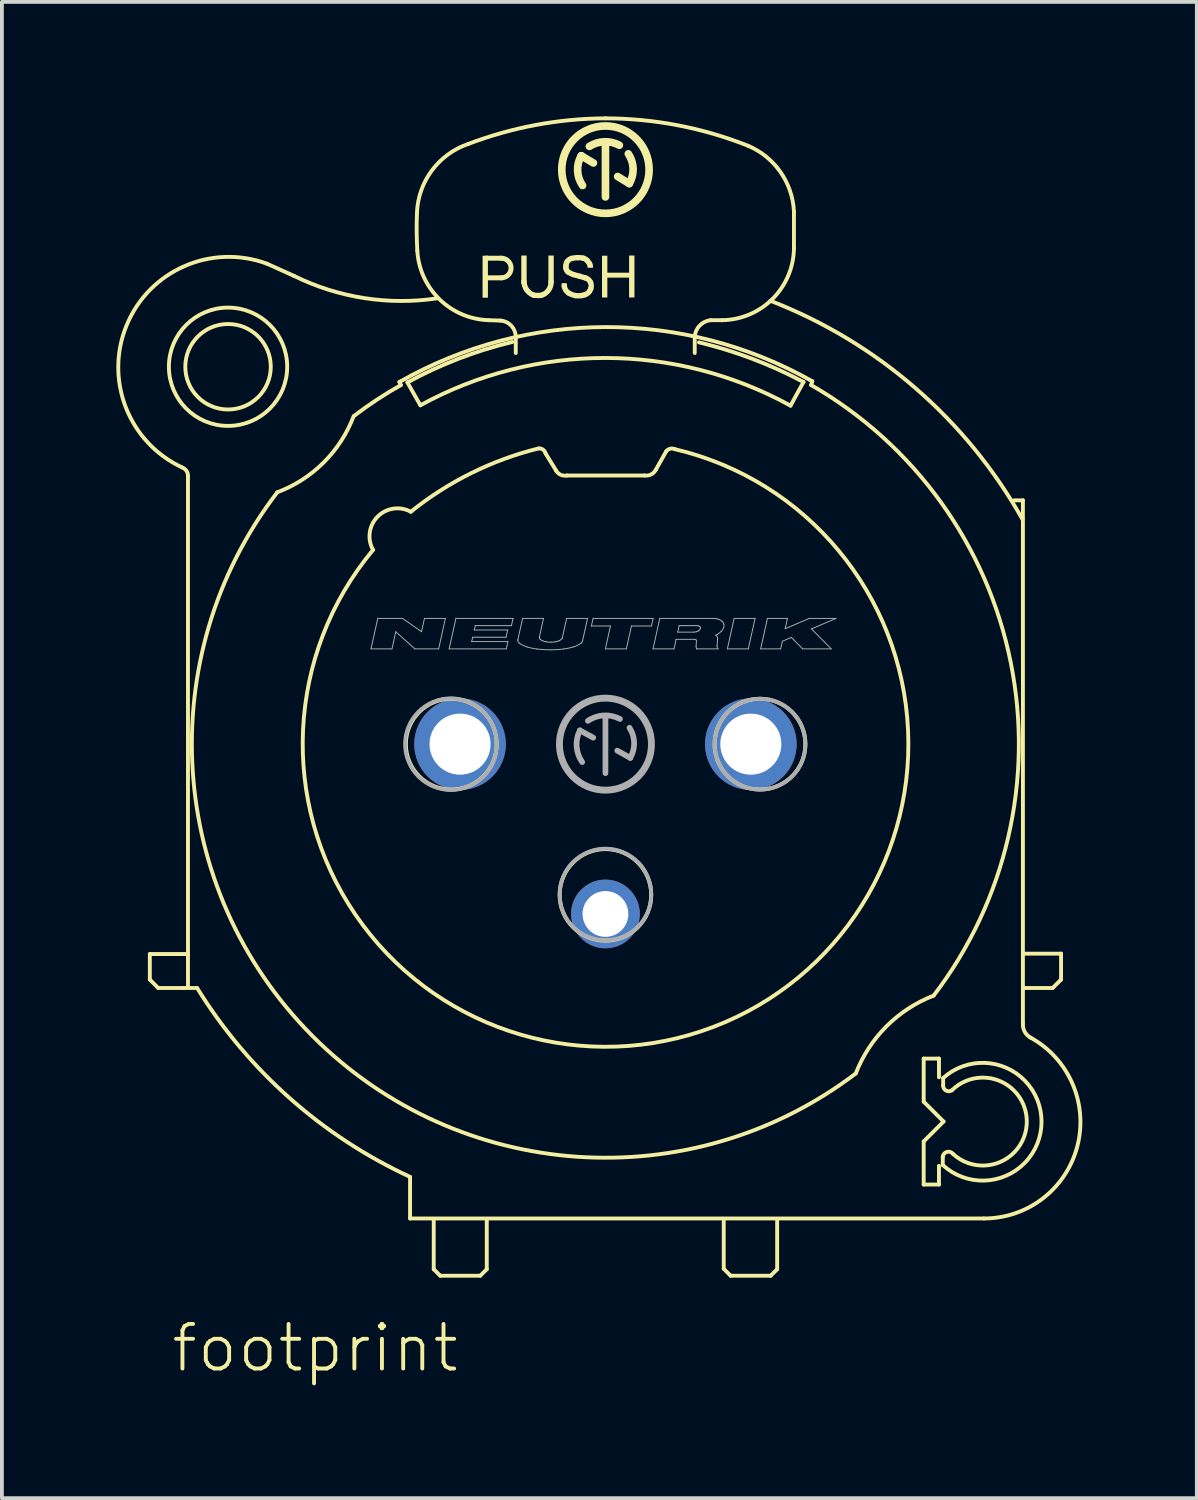
<source format=kicad_pcb>
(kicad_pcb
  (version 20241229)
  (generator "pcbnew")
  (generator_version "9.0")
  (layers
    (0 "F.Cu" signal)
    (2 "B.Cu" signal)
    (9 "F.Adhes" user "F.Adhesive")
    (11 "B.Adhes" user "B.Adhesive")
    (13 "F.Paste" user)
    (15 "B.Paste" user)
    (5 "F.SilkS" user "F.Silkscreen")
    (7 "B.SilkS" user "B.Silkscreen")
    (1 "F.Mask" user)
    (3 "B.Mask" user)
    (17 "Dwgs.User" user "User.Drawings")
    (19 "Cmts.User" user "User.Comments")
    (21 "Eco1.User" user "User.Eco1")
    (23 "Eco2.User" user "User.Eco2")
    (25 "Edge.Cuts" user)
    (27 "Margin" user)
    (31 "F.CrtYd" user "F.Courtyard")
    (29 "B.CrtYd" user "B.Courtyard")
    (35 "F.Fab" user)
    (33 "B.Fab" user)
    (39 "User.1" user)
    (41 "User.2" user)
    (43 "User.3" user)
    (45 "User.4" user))
  (footprint "footprint"
    (layer "F.Cu")
    (at 12.816 16.451)
    (property "Reference" "footprint" (at -11.43 16.51 0) (layer "F.SilkS") (effects (font (size 1.168 1.168) (thickness 0.102)) (justify left bottom)))
    (fp_line (start -11.94 5.5) (end -10.94 5.5) (stroke (width 0.102) (type solid)) (layer "F.SilkS"))
    (fp_line (start -11.94 6.17) (end -11.94 5.5) (stroke (width 0.102) (type solid)) (layer "F.SilkS"))
    (fp_line (start -11.72 6.39) (end -11.94 6.17) (stroke (width 0.102) (type solid)) (layer "F.SilkS"))
    (fp_line (start -11.05 6.39) (end -11.72 6.39) (stroke (width 0.102) (type solid)) (layer "F.SilkS"))
    (fp_line (start -11.05 6.39) (end -10.7 6.39) (stroke (width 0.102) (type solid)) (layer "F.SilkS"))
    (fp_line (start -11.04 6.39) (end -11.05 6.39) (stroke (width 0.102) (type solid)) (layer "F.SilkS"))
    (fp_line (start -10.94 5.5) (end -10.94 -7.03) (stroke (width 0.102) (type solid)) (layer "F.SilkS"))
    (fp_line (start -10.94 6.35) (end -10.94 5.52) (stroke (width 0.102) (type solid)) (layer "F.SilkS"))
    (fp_line (start -5.4 -9.49) (end -5.36 -9.41) (stroke (width 0.102) (type solid)) (layer "F.SilkS"))
    (fp_line (start -5.19 -9.48) (end -4.85 -8.88) (stroke (width 0.102) (type solid)) (layer "F.SilkS"))
    (fp_line (start -5.12 11.34) (end -5.12 12.43) (stroke (width 0.102) (type solid)) (layer "F.SilkS"))
    (fp_line (start -5.12 12.43) (end 9.92 12.43) (stroke (width 0.102) (type solid)) (layer "F.SilkS"))
    (fp_line (start -4.5 12.49) (end -4.5 13.76) (stroke (width 0.102) (type solid)) (layer "F.SilkS"))
    (fp_line (start -4.5 13.76) (end -4.33 13.93) (stroke (width 0.102) (type solid)) (layer "F.SilkS"))
    (fp_line (start -4.33 13.93) (end -3.28 13.93) (stroke (width 0.102) (type solid)) (layer "F.SilkS"))
    (fp_line (start -3.28 13.93) (end -3.11 13.76) (stroke (width 0.102) (type solid)) (layer "F.SilkS"))
    (fp_line (start -3.13 -12.735) (end -2.73 -12.735) (stroke (width 0.13) (type solid)) (layer "F.SilkS"))
    (fp_line (start -3.11 13.76) (end -3.11 12.47) (stroke (width 0.102) (type solid)) (layer "F.SilkS"))
    (fp_line (start -2.75 -11.1) (end -3.06 -11.11) (stroke (width 0.102) (type solid)) (layer "F.SilkS"))
    (fp_line (start -2.72 -12.22) (end -3.11 -12.22) (stroke (width 0.13) (type solid)) (layer "F.SilkS"))
    (fp_line (start -2.35 -10.25) (end -2.35 -10.67) (stroke (width 0.102) (type solid)) (layer "F.SilkS"))
    (fp_line (start -1.3 -7.18) (end -1.57 -7.62) (stroke (width 0.102) (type solid)) (layer "F.SilkS"))
    (fp_line (start -1.08 -12.01) (end -1.075 -11.985) (stroke (width 0.14) (type solid)) (layer "F.SilkS"))
    (fp_line (start -0.315 -15.23) (end -0.635 -15.42) (stroke (width 0.2) (type solid)) (layer "F.SilkS"))
    (fp_line (start 0 -14.34) (end 0 -15.73) (stroke (width 0.2) (type solid)) (layer "F.SilkS"))
    (fp_line (start 0.32 -14.875) (end 0.625 -14.69) (stroke (width 0.2) (type solid)) (layer "F.SilkS"))
    (fp_line (start 1.03 -7.04) (end -1.01 -7.04) (stroke (width 0.102) (type solid)) (layer "F.SilkS"))
    (fp_line (start 1.59 -7.67) (end 1.32 -7.19) (stroke (width 0.102) (type solid)) (layer "F.SilkS"))
    (fp_line (start 3.1 12.49) (end 3.1 13.75) (stroke (width 0.102) (type solid)) (layer "F.SilkS"))
    (fp_line (start 3.1 13.75) (end 3.28 13.93) (stroke (width 0.102) (type solid)) (layer "F.SilkS"))
    (fp_line (start 3.28 13.93) (end 4.33 13.93) (stroke (width 0.102) (type solid)) (layer "F.SilkS"))
    (fp_line (start 4.33 13.93) (end 4.5 13.76) (stroke (width 0.102) (type solid)) (layer "F.SilkS"))
    (fp_line (start 4.5 13.76) (end 4.5 12.48) (stroke (width 0.102) (type solid)) (layer "F.SilkS"))
    (fp_line (start 4.85 -8.87) (end 5.19 -9.49) (stroke (width 0.102) (type solid)) (layer "F.SilkS"))
    (fp_line (start 4.94 -13.96) (end 4.94 -13) (stroke (width 0.102) (type solid)) (layer "F.SilkS"))
    (fp_line (start 5.39 -9.41) (end 5.42 -9.51) (stroke (width 0.102) (type solid)) (layer "F.SilkS"))
    (fp_line (start 8.34 8.24) (end 8.34 9.37) (stroke (width 0.102) (type solid)) (layer "F.SilkS"))
    (fp_line (start 8.34 8.24) (end 8.74 8.24) (stroke (width 0.102) (type solid)) (layer "F.SilkS"))
    (fp_line (start 8.34 9.37) (end 8.86 9.89) (stroke (width 0.102) (type solid)) (layer "F.SilkS"))
    (fp_line (start 8.34 10.41) (end 8.34 11.54) (stroke (width 0.102) (type solid)) (layer "F.SilkS"))
    (fp_line (start 8.34 11.54) (end 8.74 11.54) (stroke (width 0.102) (type solid)) (layer "F.SilkS"))
    (fp_line (start 8.74 8.24) (end 8.74 8.73) (stroke (width 0.102) (type solid)) (layer "F.SilkS"))
    (fp_line (start 8.74 11.54) (end 8.74 11.05) (stroke (width 0.102) (type solid)) (layer "F.SilkS"))
    (fp_line (start 8.84 11.03) (end 8.84 10.82) (stroke (width 0.102) (type solid)) (layer "F.SilkS"))
    (fp_line (start 8.85 8.75) (end 8.85 8.95) (stroke (width 0.102) (type solid)) (layer "F.SilkS"))
    (fp_line (start 8.86 9.89) (end 8.34 10.41) (stroke (width 0.102) (type solid)) (layer "F.SilkS"))
    (fp_line (start 10.94 -6.39) (end 10.71 -6.39) (stroke (width 0.102) (type solid)) (layer "F.SilkS"))
    (fp_line (start 10.94 7.33) (end 10.94 -6.39) (stroke (width 0.102) (type solid)) (layer "F.SilkS"))
    (fp_line (start 10.99 6.39) (end 11.72 6.39) (stroke (width 0.102) (type solid)) (layer "F.SilkS"))
    (fp_line (start 11.72 6.39) (end 11.94 6.17) (stroke (width 0.102) (type solid)) (layer "F.SilkS"))
    (fp_line (start 11.94 5.49) (end 10.99 5.49) (stroke (width 0.102) (type solid)) (layer "F.SilkS"))
    (fp_line (start 11.94 6.17) (end 11.94 5.49) (stroke (width 0.102) (type solid)) (layer "F.SilkS"))
    (fp_arc (start -11.090001 -7.25) (mid -10.981063 -7.163139) (end -10.94 -7.03) (stroke (width 0.1016) (type solid)) (layer "F.SilkS"))
    (fp_arc (start -11.09 -7.25) (mid -12.543512 -10.985729) (end -8.87 -12.59) (stroke (width 0.1016) (type solid)) (layer "F.SilkS"))
    (fp_arc (start -8.87 -12.59) (mid -8.514255 -12.431652) (end -8.16 -12.27) (stroke (width 0.1016) (type solid)) (layer "F.SilkS"))
    (fp_arc (start -6.6 -8.589999) (mid -7.385892 -7.379815) (end -8.6 -6.6) (stroke (width 0.1016) (type solid)) (layer "F.SilkS"))
    (fp_arc (start -6.59 -8.6) (mid -5.989419 -9.026896) (end -5.36 -9.41) (stroke (width 0.1016) (type solid)) (layer "F.SilkS"))
    (fp_arc (start -6.09 -5.09) (mid -5.970889 -5.96213) (end -5.1 -6.09) (stroke (width 0.1016) (type solid)) (layer "F.SilkS"))
    (fp_arc (start -5.4 -9.49) (mid 0.007357 -10.929608) (end 5.42 -9.51) (stroke (width 0.1016) (type solid)) (layer "F.SilkS"))
    (fp_arc (start -5.19 -9.48) (mid -3.849731 -10.100103) (end -2.44 -10.54) (stroke (width 0.1016) (type solid)) (layer "F.SilkS"))
    (fp_arc (start -5.12 11.34) (mid -8.274823 9.276255) (end -10.7 6.39) (stroke (width 0.1016) (type solid)) (layer "F.SilkS"))
    (fp_arc (start -5.1 -6.09) (mid -3.515654 -7.102947) (end -1.75 -7.75) (stroke (width 0.1016) (type solid)) (layer "F.SilkS"))
    (fp_arc (start -4.94 -13.91) (mid -4.550179 -15.031535) (end -3.589998 -15.73) (stroke (width 0.1016) (type solid)) (layer "F.SilkS"))
    (fp_arc (start -4.93 -12.93) (mid -4.946992 -13.419878) (end -4.94 -13.91) (stroke (width 0.1016) (type solid)) (layer "F.SilkS"))
    (fp_arc (start -4.85 -8.88) (mid 0.001284 -10.119998) (end 4.850001 -8.87) (stroke (width 0.1016) (type solid)) (layer "F.SilkS"))
    (fp_arc (start -4.399501 -11.6841) (mid -6.324541 -11.689572) (end -8.16 -12.27) (stroke (width 0.1016) (type solid)) (layer "F.SilkS"))
    (fp_arc (start -3.59 -15.73) (mid -1.825069 -16.226116) (end 0 -16.4) (stroke (width 0.1016) (type solid)) (layer "F.SilkS"))
    (fp_arc (start -3.06 -11.11) (mid -4.347852 -11.657453) (end -4.929999 -12.929999) (stroke (width 0.1016) (type solid)) (layer "F.SilkS"))
    (fp_arc (start -2.75 -11.1) (mid -2.465454 -10.963647) (end -2.35 -10.67) (stroke (width 0.1016) (type solid)) (layer "F.SilkS"))
    (fp_arc (start -2.73 -12.735) (mid -2.47245 -12.482404) (end -2.719998 -12.219998) (stroke (width 0.13) (type solid)) (layer "F.SilkS"))
    (fp_arc (start -1.88 -11.765) (mid -2.064528 -11.907658) (end -2.135 -12.13) (stroke (width 0.14) (type solid)) (layer "F.SilkS"))
    (fp_arc (start -1.74 -7.75) (mid -1.63239 -7.714566) (end -1.57 -7.62) (stroke (width 0.1016) (type solid)) (layer "F.SilkS"))
    (fp_arc (start -1.69 -11.76) (mid -1.785118 -11.758012) (end -1.88 -11.765) (stroke (width 0.14) (type solid)) (layer "F.SilkS"))
    (fp_arc (start -1.425 -12.13) (mid -1.491164 -11.897489) (end -1.69 -11.76) (stroke (width 0.14) (type solid)) (layer "F.SilkS"))
    (fp_arc (start -1.035 -12.545) (mid -1.023241 -12.602997) (end -0.994999 -12.655) (stroke (width 0.14) (type solid)) (layer "F.SilkS"))
    (fp_arc (start -1.035 -12.475) (mid -1.035897 -12.51) (end -1.035 -12.545) (stroke (width 0.14) (type solid)) (layer "F.SilkS"))
    (fp_arc (start -1.01 -7.04) (mid -1.178221 -7.061899) (end -1.299999 -7.18) (stroke (width 0.1016) (type solid)) (layer "F.SilkS"))
    (fp_arc (start -0.995 -12.655) (mid -0.944061 -12.70256) (end -0.88 -12.73) (stroke (width 0.14) (type solid)) (layer "F.SilkS"))
    (fp_arc (start -0.98 -12.375) (mid -1.018984 -12.418684) (end -1.035 -12.475001) (stroke (width 0.14) (type solid)) (layer "F.SilkS"))
    (fp_arc (start -0.945 -11.809999) (mid -1.02964 -11.88291) (end -1.075 -11.985) (stroke (width 0.14) (type solid)) (layer "F.SilkS"))
    (fp_arc (start -0.88 -12.73) (mid -0.805495 -12.743715) (end -0.73 -12.75) (stroke (width 0.14) (type solid)) (layer "F.SilkS"))
    (fp_arc (start -0.835 -12.305) (mid -0.91042 -12.333952) (end -0.98 -12.375) (stroke (width 0.14) (type solid)) (layer "F.SilkS"))
    (fp_arc (start -0.785 -11.755) (mid -0.867193 -11.776119) (end -0.945 -11.81) (stroke (width 0.14) (type solid)) (layer "F.SilkS"))
    (fp_arc (start -0.73 -12.75) (mid -0.654498 -12.747516) (end -0.58 -12.735) (stroke (width 0.14) (type solid)) (layer "F.SilkS"))
    (fp_arc (start -0.67 -12.26) (mid -0.752692 -12.281798) (end -0.835 -12.305) (stroke (width 0.14) (type solid)) (layer "F.SilkS"))
    (fp_arc (start -0.67 -12.26) (mid -0.592125 -12.238792) (end -0.515 -12.215) (stroke (width 0.14) (type solid)) (layer "F.SilkS"))
    (fp_arc (start -0.635 -11.755) (mid -0.71 -11.748536) (end -0.785 -11.755) (stroke (width 0.14) (type solid)) (layer "F.SilkS"))
    (fp_arc (start -0.600001 -14.640001) (mid -0.729534 -15.024974) (end -0.635 -15.42) (stroke (width 0.2) (type solid)) (layer "F.SilkS"))
    (fp_arc (start -0.58 -12.735) (mid -0.52536 -12.712732) (end -0.479999 -12.675) (stroke (width 0.14) (type solid)) (layer "F.SilkS"))
    (fp_arc (start -0.545 -11.775) (mid -0.589766 -11.763948) (end -0.635 -11.755) (stroke (width 0.14) (type solid)) (layer "F.SilkS"))
    (fp_arc (start -0.515 -12.214999) (mid -0.440012 -12.171073) (end -0.39 -12.1) (stroke (width 0.14) (type solid)) (layer "F.SilkS"))
    (fp_arc (start -0.48 -12.675) (mid -0.448393 -12.636205) (end -0.42 -12.595) (stroke (width 0.14) (type solid)) (layer "F.SilkS"))
    (fp_arc (start -0.42 -15.665) (mid -0.03156 -15.786243) (end 0.365 -15.695) (stroke (width 0.2) (type solid)) (layer "F.SilkS"))
    (fp_arc (start -0.42 -12.595) (mid -0.409613 -12.577721) (end -0.4 -12.56) (stroke (width 0.14) (type solid)) (layer "F.SilkS"))
    (fp_arc (start -0.42 -11.864999) (mid -0.474351 -11.808681) (end -0.545 -11.775) (stroke (width 0.14) (type solid)) (layer "F.SilkS"))
    (fp_arc (start -0.39 -12.1) (mid -0.372108 -12.017966) (end -0.385 -11.935) (stroke (width 0.14) (type solid)) (layer "F.SilkS"))
    (fp_arc (start -0.385 -11.935) (mid -0.40031 -11.898905) (end -0.42 -11.865) (stroke (width 0.14) (type solid)) (layer "F.SilkS"))
    (fp_arc (start 0 -16.4) (mid 1.903895 -16.216065) (end 3.74 -15.68) (stroke (width 0.1016) (type solid)) (layer "F.SilkS"))
    (fp_arc (start 0.6 -15.469999) (mid 0.725239 -15.083613) (end 0.625 -14.69) (stroke (width 0.2) (type solid)) (layer "F.SilkS"))
    (fp_arc (start 1.32 -7.19) (mid 1.198655 -7.069267) (end 1.03 -7.04) (stroke (width 0.1016) (type solid)) (layer "F.SilkS"))
    (fp_arc (start 1.59 -7.67) (mid 1.694294 -7.741041) (end 1.82 -7.73) (stroke (width 0.1016) (type solid)) (layer "F.SilkS"))
    (fp_arc (start 1.820001 -7.729999) (mid 2.514914 7.522132) (end -6.09 -5.09) (stroke (width 0.1016) (type solid)) (layer "F.SilkS"))
    (fp_arc (start 2.339999 -10.680001) (mid 2.468258 -10.968173) (end 2.75 -11.11) (stroke (width 0.1016) (type solid)) (layer "F.SilkS"))
    (fp_arc (start 2.34 -10.68) (mid 2.341373 -10.465) (end 2.34 -10.25) (stroke (width 0.1016) (type solid)) (layer "F.SilkS"))
    (fp_arc (start 2.45 -10.53) (mid 3.852843 -10.096528) (end 5.19 -9.49) (stroke (width 0.1016) (type solid)) (layer "F.SilkS"))
    (fp_arc (start 2.75 -11.11) (mid 2.9 -11.110782) (end 3.05 -11.11) (stroke (width 0.1016) (type solid)) (layer "F.SilkS"))
    (fp_arc (start 3.74 -15.68) (mid 4.587041 -14.992353) (end 4.94 -13.959999) (stroke (width 0.1016) (type solid)) (layer "F.SilkS"))
    (fp_arc (start 4.3216 -11.6192) (mid 8.124309 -9.329611) (end 10.929999 -5.89) (stroke (width 0.1016) (type solid)) (layer "F.SilkS"))
    (fp_arc (start 4.94 -13) (mid 4.380591 -11.669408) (end 3.049999 -11.109999) (stroke (width 0.1016) (type solid)) (layer "F.SilkS"))
    (fp_arc (start 5.390001 -9.409999) (mid 10.621564 -2.137578) (end 8.6 6.59) (stroke (width 0.1016) (type solid)) (layer "F.SilkS"))
    (fp_arc (start 6.559998 8.630002) (mid -7.680583 7.644968) (end -8.6 -6.6) (stroke (width 0.1016) (type solid)) (layer "F.SilkS"))
    (fp_arc (start 6.56 8.63) (mid 7.3644 7.3944) (end 8.6 6.59) (stroke (width 0.1016) (type solid)) (layer "F.SilkS"))
    (fp_arc (start 8.839998 10.809999) (mid 8.951546 10.684535) (end 9.11 10.74) (stroke (width 0.1016) (type solid)) (layer "F.SilkS"))
    (fp_arc (start 8.85 8.75) (mid 11.428113 9.901329) (end 8.84 11.03) (stroke (width 0.1016) (type solid)) (layer "F.SilkS"))
    (fp_arc (start 9.08 9.07) (mid 8.928601 9.079765) (end 8.85 8.95) (stroke (width 0.1016) (type solid)) (layer "F.SilkS"))
    (fp_arc (start 9.08 9.07) (mid 11.041917 9.870025) (end 9.11 10.74) (stroke (width 0.1016) (type solid)) (layer "F.SilkS"))
    (fp_arc (start 11.14 7.689999) (mid 12.367244 10.532876) (end 9.92 12.43) (stroke (width 0.1016) (type solid)) (layer "F.SilkS"))
    (fp_arc (start 11.14 7.69) (mid 10.988255 7.538747) (end 10.94 7.33) (stroke (width 0.1016) (type solid)) (layer "F.SilkS"))
    (fp_circle (center -9.89 -9.89) (end -8.77 -9.89) (stroke (width 0.102) (type solid)) (fill no) (layer "F.SilkS"))
    (fp_circle (center -9.89 -9.89) (end -8.34 -9.89) (stroke (width 0.102) (type solid)) (fill no) (layer "F.SilkS"))
    (fp_circle (center -4.04 0) (end -2.85 0) (stroke (width 0.102) (type solid)) (fill no) (layer "F.SilkS"))
    (fp_circle (center 0 -15.055) (end 1.145 -15.055) (stroke (width 0.2) (type solid)) (fill no) (layer "F.SilkS"))
    (fp_circle (center 0 3.95) (end 1.2 3.95) (stroke (width 0.102) (type solid)) (fill no) (layer "F.SilkS"))
    (fp_circle (center 4.05 0) (end 5.24 0) (stroke (width 0.102) (type solid)) (fill no) (layer "F.SilkS"))
    (fp_poly (pts (xy -3.22 -11.7) (xy -3.08 -11.7) (xy -3.08 -12.8) (xy -3.22 -12.8)) (stroke (width 0) (type solid)) (fill yes) (layer "F.SilkS"))
    (fp_poly (pts (xy -2.205 -12.06) (xy -2.065 -12.06) (xy -2.065 -12.805) (xy -2.205 -12.805)) (stroke (width 0) (type solid)) (fill yes) (layer "F.SilkS"))
    (fp_poly (pts (xy -1.495 -12.08) (xy -1.355 -12.08) (xy -1.355 -12.805) (xy -1.495 -12.805)) (stroke (width 0) (type solid)) (fill yes) (layer "F.SilkS"))
    (fp_poly (pts (xy -1.15 -12.025) (xy -1.01 -12.025) (xy -1.01 -12.075) (xy -1.15 -12.075)) (stroke (width 0) (type solid)) (fill yes) (layer "F.SilkS"))
    (fp_poly (pts (xy -0.47 -12.485) (xy -0.325 -12.485) (xy -0.325 -12.545) (xy -0.47 -12.545)) (stroke (width 0) (type solid)) (fill yes) (layer "F.SilkS"))
    (fp_poly (pts (xy -0.09 -11.705) (xy 0.05 -11.705) (xy 0.05 -12.8) (xy -0.09 -12.8)) (stroke (width 0) (type solid)) (fill yes) (layer "F.SilkS"))
    (fp_poly (pts (xy 0.035 -12.225) (xy 0.64 -12.225) (xy 0.64 -12.355) (xy 0.035 -12.355)) (stroke (width 0) (type solid)) (fill yes) (layer "F.SilkS"))
    (fp_poly (pts (xy 0.62 -11.705) (xy 0.76 -11.705) (xy 0.76 -12.805) (xy 0.62 -12.805)) (stroke (width 0) (type solid)) (fill yes) (layer "F.SilkS"))
    (fp_line (start -6.144 -2.497) (end -5.966 -3.296) (stroke (width 0.025) (type solid)) (layer "F.Fab"))
    (fp_line (start -6.144 -2.497) (end -5.594 -2.497) (stroke (width 0.025) (type solid)) (layer "F.Fab"))
    (fp_line (start -5.966 -3.296) (end -5.317 -3.296) (stroke (width 0.025) (type solid)) (layer "F.Fab"))
    (fp_line (start -5.594 -2.497) (end -5.495 -2.946) (stroke (width 0.025) (type solid)) (layer "F.Fab"))
    (fp_line (start -5.495 -2.946) (end -4.995 -2.497) (stroke (width 0.025) (type solid)) (layer "F.Fab"))
    (fp_line (start -5.317 -3.296) (end -4.82 -2.946) (stroke (width 0.025) (type solid)) (layer "F.Fab"))
    (fp_line (start -4.995 -2.497) (end -4.371 -2.497) (stroke (width 0.025) (type solid)) (layer "F.Fab"))
    (fp_line (start -4.82 -2.946) (end -4.743 -3.296) (stroke (width 0.025) (type solid)) (layer "F.Fab"))
    (fp_line (start -4.743 -3.296) (end -4.194 -3.296) (stroke (width 0.025) (type solid)) (layer "F.Fab"))
    (fp_line (start -4.371 -2.497) (end -4.194 -3.296) (stroke (width 0.025) (type solid)) (layer "F.Fab"))
    (fp_line (start -4.096 -2.497) (end -3.919 -3.296) (stroke (width 0.025) (type solid)) (layer "F.Fab"))
    (fp_line (start -4.096 -2.497) (end -2.598 -2.497) (stroke (width 0.025) (type solid)) (layer "F.Fab"))
    (fp_line (start -3.919 -3.296) (end -2.421 -3.296) (stroke (width 0.025) (type solid)) (layer "F.Fab"))
    (fp_line (start -3.505 -2.687) (end -3.479 -2.802) (stroke (width 0.025) (type solid)) (layer "F.Fab"))
    (fp_line (start -3.505 -2.687) (end -2.556 -2.687) (stroke (width 0.025) (type solid)) (layer "F.Fab"))
    (fp_line (start -3.479 -2.802) (end -2.605 -2.802) (stroke (width 0.025) (type solid)) (layer "F.Fab"))
    (fp_line (start -3.437 -2.991) (end -3.412 -3.106) (stroke (width 0.025) (type solid)) (layer "F.Fab"))
    (fp_line (start -3.437 -2.991) (end -2.563 -2.991) (stroke (width 0.025) (type solid)) (layer "F.Fab"))
    (fp_line (start -3.412 -3.106) (end -2.463 -3.106) (stroke (width 0.025) (type solid)) (layer "F.Fab"))
    (fp_line (start -2.605 -2.802) (end -2.563 -2.991) (stroke (width 0.025) (type solid)) (layer "F.Fab"))
    (fp_line (start -2.598 -2.497) (end -2.556 -2.687) (stroke (width 0.025) (type solid)) (layer "F.Fab"))
    (fp_line (start -2.463 -3.106) (end -2.421 -3.296) (stroke (width 0.025) (type solid)) (layer "F.Fab"))
    (fp_line (start -2.294 -2.741) (end -2.171 -3.296) (stroke (width 0.025) (type solid)) (layer "F.Fab"))
    (fp_line (start -2.171 -3.296) (end -1.623 -3.296) (stroke (width 0.025) (type solid)) (layer "F.Fab"))
    (fp_line (start -1.731 -2.81) (end -1.623 -3.296) (stroke (width 0.025) (type solid)) (layer "F.Fab"))
    (fp_line (start -1.13 -2.784) (end -1.017 -3.296) (stroke (width 0.025) (type solid)) (layer "F.Fab"))
    (fp_line (start -1.017 -3.296) (end -0.469 -3.296) (stroke (width 0.025) (type solid)) (layer "F.Fab"))
    (fp_line (start -0.67 -0.36) (end -0.32 -0.17) (stroke (width 0.15) (type solid)) (layer "F.Fab"))
    (fp_line (start -0.601 -2.702) (end -0.469 -3.296) (stroke (width 0.025) (type solid)) (layer "F.Fab"))
    (fp_line (start -0.368 -3.096) (end -0.324 -3.296) (stroke (width 0.025) (type solid)) (layer "F.Fab"))
    (fp_line (start -0.368 -3.096) (end 0.131 -3.096) (stroke (width 0.025) (type solid)) (layer "F.Fab"))
    (fp_line (start -0.324 -3.296) (end 1.249 -3.296) (stroke (width 0.025) (type solid)) (layer "F.Fab"))
    (fp_line (start -0.001 -2.497) (end 0.131 -3.096) (stroke (width 0.025) (type solid)) (layer "F.Fab"))
    (fp_line (start -0.001 -2.497) (end 0.548 -2.497) (stroke (width 0.025) (type solid)) (layer "F.Fab"))
    (fp_line (start 0 0.76) (end 0 -0.74) (stroke (width 0.15) (type solid)) (layer "F.Fab"))
    (fp_line (start 0.31 0.17) (end 0.65 0.36) (stroke (width 0.15) (type solid)) (layer "F.Fab"))
    (fp_line (start 0.548 -2.497) (end 0.681 -3.096) (stroke (width 0.025) (type solid)) (layer "F.Fab"))
    (fp_line (start 0.681 -3.096) (end 1.205 -3.096) (stroke (width 0.025) (type solid)) (layer "F.Fab"))
    (fp_line (start 1.205 -3.096) (end 1.249 -3.296) (stroke (width 0.025) (type solid)) (layer "F.Fab"))
    (fp_line (start 1.247 -2.497) (end 1.424 -3.296) (stroke (width 0.025) (type solid)) (layer "F.Fab"))
    (fp_line (start 1.247 -2.497) (end 1.796 -2.497) (stroke (width 0.025) (type solid)) (layer "F.Fab"))
    (fp_line (start 1.424 -3.296) (end 2.826 -3.296) (stroke (width 0.025) (type solid)) (layer "F.Fab"))
    (fp_line (start 1.796 -2.497) (end 1.852 -2.747) (stroke (width 0.025) (type solid)) (layer "F.Fab"))
    (fp_line (start 1.852 -2.747) (end 2.328 -2.747) (stroke (width 0.025) (type solid)) (layer "F.Fab"))
    (fp_line (start 1.894 -2.936) (end 1.931 -3.106) (stroke (width 0.025) (type solid)) (layer "F.Fab"))
    (fp_line (start 1.894 -2.936) (end 2.321 -2.936) (stroke (width 0.025) (type solid)) (layer "F.Fab"))
    (fp_line (start 1.931 -3.106) (end 2.394 -3.106) (stroke (width 0.025) (type solid)) (layer "F.Fab"))
    (fp_line (start 2.375 -2.561) (end 2.385 -2.707) (stroke (width 0.025) (type solid)) (layer "F.Fab"))
    (fp_line (start 2.394 -2.497) (end 2.394 -2.497) (stroke (width 0.025) (type solid)) (layer "F.Fab"))
    (fp_line (start 2.394 -2.497) (end 2.95 -2.497) (stroke (width 0.025) (type solid)) (layer "F.Fab"))
    (fp_line (start 2.926 -2.581) (end 2.939 -2.767) (stroke (width 0.025) (type solid)) (layer "F.Fab"))
    (fp_line (start 3.195 -2.497) (end 3.372 -3.296) (stroke (width 0.025) (type solid)) (layer "F.Fab"))
    (fp_line (start 3.195 -2.497) (end 3.744 -2.497) (stroke (width 0.025) (type solid)) (layer "F.Fab"))
    (fp_line (start 3.372 -3.296) (end 3.921 -3.296) (stroke (width 0.025) (type solid)) (layer "F.Fab"))
    (fp_line (start 3.744 -2.497) (end 3.921 -3.296) (stroke (width 0.025) (type solid)) (layer "F.Fab"))
    (fp_line (start 4.068 -2.497) (end 4.245 -3.296) (stroke (width 0.025) (type solid)) (layer "F.Fab"))
    (fp_line (start 4.068 -2.497) (end 4.593 -2.497) (stroke (width 0.025) (type solid)) (layer "F.Fab"))
    (fp_line (start 4.245 -3.296) (end 4.77 -3.296) (stroke (width 0.025) (type solid)) (layer "F.Fab"))
    (fp_line (start 4.593 -2.497) (end 4.637 -2.697) (stroke (width 0.025) (type solid)) (layer "F.Fab"))
    (fp_line (start 4.637 -2.697) (end 4.871 -2.797) (stroke (width 0.025) (type solid)) (layer "F.Fab"))
    (fp_line (start 4.71 -3.026) (end 4.77 -3.296) (stroke (width 0.025) (type solid)) (layer "F.Fab"))
    (fp_line (start 4.71 -3.026) (end 5.344 -3.296) (stroke (width 0.025) (type solid)) (layer "F.Fab"))
    (fp_line (start 4.871 -2.797) (end 5.167 -2.497) (stroke (width 0.025) (type solid)) (layer "F.Fab"))
    (fp_line (start 5.167 -2.497) (end 5.916 -2.497) (stroke (width 0.025) (type solid)) (layer "F.Fab"))
    (fp_line (start 5.344 -3.296) (end 6.043 -3.296) (stroke (width 0.025) (type solid)) (layer "F.Fab"))
    (fp_line (start 5.399 -3.021) (end 5.916 -2.497) (stroke (width 0.025) (type solid)) (layer "F.Fab"))
    (fp_line (start 5.399 -3.021) (end 6.043 -3.296) (stroke (width 0.025) (type solid)) (layer "F.Fab"))
    (fp_arc (start -2.2964 -2.7217) (mid -2.295867 -2.731456) (end -2.2943 -2.7411) (stroke (width 0.0254) (type solid)) (layer "F.Fab"))
    (fp_arc (start -2.2578 -2.6471) (mid -2.286121 -2.679718) (end -2.2963 -2.7217) (stroke (width 0.0254) (type solid)) (layer "F.Fab"))
    (fp_arc (start -2.0477 -2.5452) (mid -2.156985 -2.587418) (end -2.2578 -2.6471) (stroke (width 0.0254) (type solid)) (layer "F.Fab"))
    (fp_arc (start -1.796 -2.4932) (mid -1.922923 -2.514007) (end -2.0477 -2.5452) (stroke (width 0.0254) (type solid)) (layer "F.Fab"))
    (fp_arc (start -1.7326 -2.7966) (mid -1.732234 -2.803244) (end -1.7311 -2.8098) (stroke (width 0.0254) (type solid)) (layer "F.Fab"))
    (fp_arc (start -1.715901 -2.7561) (mid -1.728335 -2.774676) (end -1.7327 -2.7966) (stroke (width 0.0254) (type solid)) (layer "F.Fab"))
    (fp_arc (start -1.6443 -2.7083) (mid -1.682454 -2.728675) (end -1.7159 -2.7561) (stroke (width 0.0254) (type solid)) (layer "F.Fab"))
    (fp_arc (start -1.5538 -2.6822) (mid -1.599779 -2.692723) (end -1.6443 -2.7083) (stroke (width 0.0254) (type solid)) (layer "F.Fab"))
    (fp_arc (start -1.4474 -2.4721) (mid -1.62202 -2.477365) (end -1.796 -2.4932) (stroke (width 0.0254) (type solid)) (layer "F.Fab"))
    (fp_arc (start -1.4308 -2.6718) (mid -1.492521 -2.674388) (end -1.5538 -2.6822) (stroke (width 0.0254) (type solid)) (layer "F.Fab"))
    (fp_arc (start -1.3079 -2.6822) (mid -1.369129 -2.67439) (end -1.4308 -2.6718) (stroke (width 0.0254) (type solid)) (layer "F.Fab"))
    (fp_arc (start -1.2174 -2.7083) (mid -1.261921 -2.692723) (end -1.3079 -2.6822) (stroke (width 0.0254) (type solid)) (layer "F.Fab"))
    (fp_arc (start -1.1458 -2.7561) (mid -1.179246 -2.728674) (end -1.2174 -2.7083) (stroke (width 0.0254) (type solid)) (layer "F.Fab"))
    (fp_arc (start -1.1304 -2.783899) (mid -1.136132 -2.768909) (end -1.1458 -2.7561) (stroke (width 0.0254) (type solid)) (layer "F.Fab"))
    (fp_arc (start -1.0989 -2.4931) (mid -1.27283 -2.477266) (end -1.4474 -2.472) (stroke (width 0.0254) (type solid)) (layer "F.Fab"))
    (fp_arc (start -0.8472 -2.5452) (mid -0.971977 -2.514007) (end -1.0989 -2.4932) (stroke (width 0.0254) (type solid)) (layer "F.Fab"))
    (fp_arc (start -0.6371 -2.6471) (mid -0.737916 -2.587421) (end -0.8472 -2.5452) (stroke (width 0.0254) (type solid)) (layer "F.Fab"))
    (fp_arc (start -0.61 0.47) (mid -0.754745 0.063295) (end -0.670001 -0.359999) (stroke (width 0.15) (type solid)) (layer "F.Fab"))
    (fp_arc (start -0.6007 -2.7023) (mid -0.613738 -2.671296) (end -0.6371 -2.6471) (stroke (width 0.0254) (type solid)) (layer "F.Fab"))
    (fp_arc (start -0.46 -0.61) (mid -0.047007 -0.752716) (end 0.38 -0.66) (stroke (width 0.15) (type solid)) (layer "F.Fab"))
    (fp_arc (start 0.63 -0.429999) (mid 0.752066 -0.037837) (end 0.65 0.36) (stroke (width 0.15) (type solid)) (layer "F.Fab"))
    (fp_arc (start 2.3283 -2.7467) (mid 2.340566 -2.745829) (end 2.3526 -2.7433) (stroke (width 0.0254) (type solid)) (layer "F.Fab"))
    (fp_arc (start 2.3526 -2.7432) (mid 2.364222 -2.738519) (end 2.3746 -2.7315) (stroke (width 0.0254) (type solid)) (layer "F.Fab"))
    (fp_arc (start 2.3746 -2.7315) (mid 2.380482 -2.724772) (end 2.3841 -2.7166) (stroke (width 0.0254) (type solid)) (layer "F.Fab"))
    (fp_arc (start 2.3785 -2.9442) (mid 2.349756 -2.938398) (end 2.3205 -2.9364) (stroke (width 0.0254) (type solid)) (layer "F.Fab"))
    (fp_arc (start 2.3943 -2.497) (mid 2.380146 -2.527485) (end 2.375 -2.5607) (stroke (width 0.0254) (type solid)) (layer "F.Fab"))
    (fp_arc (start 2.3944 -3.1062) (mid 2.414793 -3.104721) (end 2.4348 -3.1005) (stroke (width 0.0254) (type solid)) (layer "F.Fab"))
    (fp_arc (start 2.4288 -2.9645) (mid 2.404263 -2.952875) (end 2.3785 -2.9443) (stroke (width 0.0254) (type solid)) (layer "F.Fab"))
    (fp_arc (start 2.4348 -3.1005) (mid 2.454244 -3.09272) (end 2.4716 -3.081) (stroke (width 0.0254) (type solid)) (layer "F.Fab"))
    (fp_arc (start 2.4641 -2.9914) (mid 2.447446 -2.976643) (end 2.4288 -2.9645) (stroke (width 0.0254) (type solid)) (layer "F.Fab"))
    (fp_arc (start 2.471599 -3.081) (mid 2.481397 -3.069754) (end 2.4874 -3.0561) (stroke (width 0.0254) (type solid)) (layer "F.Fab"))
    (fp_arc (start 2.4861 -3.0267) (mid 2.476985 -3.007875) (end 2.4641 -2.9914) (stroke (width 0.0254) (type solid)) (layer "F.Fab"))
    (fp_arc (start 2.4874 -3.056101) (mid 2.488998 -3.041301) (end 2.4861 -3.0267) (stroke (width 0.0254) (type solid)) (layer "F.Fab"))
    (fp_arc (start 2.8259 -3.296) (mid 2.886677 -3.291588) (end 2.9463 -3.279) (stroke (width 0.0254) (type solid)) (layer "F.Fab"))
    (fp_arc (start 2.8917 -2.8549) (mid 2.899191 -2.849485) (end 2.9064 -2.8437) (stroke (width 0.0254) (type solid)) (layer "F.Fab"))
    (fp_arc (start 2.9064 -2.8437) (mid 2.924646 -2.822802) (end 2.9358 -2.7974) (stroke (width 0.0254) (type solid)) (layer "F.Fab"))
    (fp_arc (start 2.9282 -2.8737) (mid 2.910094 -2.86407) (end 2.8917 -2.855) (stroke (width 0.0254) (type solid)) (layer "F.Fab"))
    (fp_arc (start 2.9358 -2.7974) (mid 2.93855 -2.782173) (end 2.9387 -2.7667) (stroke (width 0.0254) (type solid)) (layer "F.Fab"))
    (fp_arc (start 2.9463 -3.279) (mid 3.004211 -3.255758) (end 3.0559 -3.2208) (stroke (width 0.0254) (type solid)) (layer "F.Fab"))
    (fp_arc (start 2.950299 -2.497) (mid 2.930466 -2.536583) (end 2.9257 -2.5806) (stroke (width 0.0254) (type solid)) (layer "F.Fab"))
    (fp_arc (start 3.0334 -2.9539) (mid 2.983769 -2.909906) (end 2.9282 -2.8737) (stroke (width 0.0254) (type solid)) (layer "F.Fab"))
    (fp_arc (start 3.0559 -3.2208) (mid 3.085071 -3.187347) (end 3.1029 -3.1467) (stroke (width 0.0254) (type solid)) (layer "F.Fab"))
    (fp_arc (start 3.0992 -3.0591) (mid 3.071923 -3.002983) (end 3.0334 -2.9539) (stroke (width 0.0254) (type solid)) (layer "F.Fab"))
    (fp_arc (start 3.102899 -3.1467) (mid 3.107748 -3.102617) (end 3.0992 -3.0591) (stroke (width 0.0254) (type solid)) (layer "F.Fab"))
    (fp_circle (center -4.05 0) (end -2.85 0) (stroke (width 0.102) (type solid)) (fill no) (layer "F.Fab"))
    (fp_circle (center 0 0) (end 1.206 0) (stroke (width 0.18) (type solid)) (fill no) (layer "F.Fab"))
    (fp_circle (center 0 3.94) (end 1.2 3.94) (stroke (width 0.102) (type solid)) (fill no) (layer "F.Fab"))
    (fp_circle (center 4.05 0) (end 5.24 0) (stroke (width 0.102) (type solid)) (fill no) (layer "F.Fab"))
    (pad "1+G" thru_hole circle (at 3.81 0) (size 2.4 2.4) (drill 1.6) (layers "*.Cu" "*.Mask"))
    (pad "2" thru_hole circle (at -3.81 0) (size 2.4 2.4) (drill 1.6) (layers "*.Cu" "*.Mask"))
    (pad "3" thru_hole circle (at 0 4.45) (size 1.8 1.8) (drill 1.2) (layers "*.Cu" "*.Mask")))
  (gr_rect
    (start -3 -3)
    (end 28.314 36.211)
    (stroke (width 0.1) (type default))
    (fill no)
    (layer "Edge.Cuts")))
</source>
